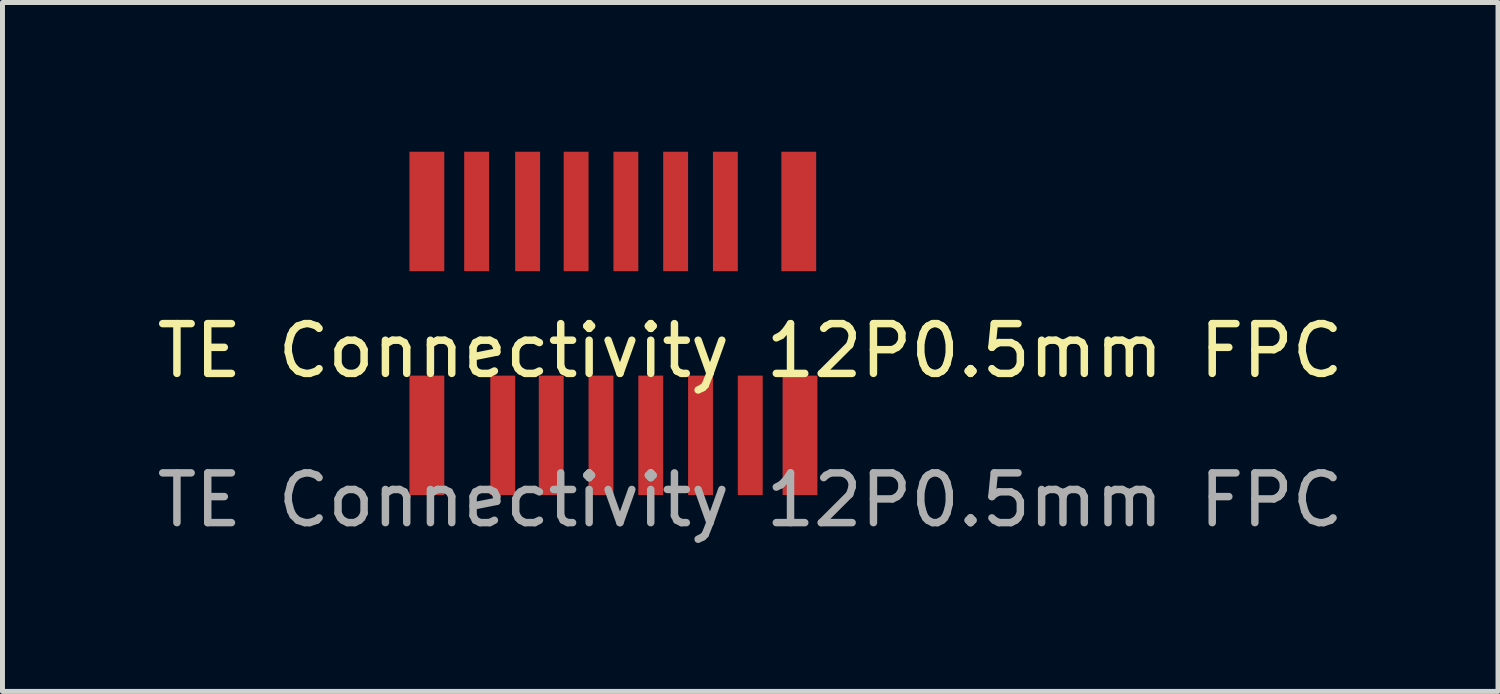
<source format=kicad_pcb>
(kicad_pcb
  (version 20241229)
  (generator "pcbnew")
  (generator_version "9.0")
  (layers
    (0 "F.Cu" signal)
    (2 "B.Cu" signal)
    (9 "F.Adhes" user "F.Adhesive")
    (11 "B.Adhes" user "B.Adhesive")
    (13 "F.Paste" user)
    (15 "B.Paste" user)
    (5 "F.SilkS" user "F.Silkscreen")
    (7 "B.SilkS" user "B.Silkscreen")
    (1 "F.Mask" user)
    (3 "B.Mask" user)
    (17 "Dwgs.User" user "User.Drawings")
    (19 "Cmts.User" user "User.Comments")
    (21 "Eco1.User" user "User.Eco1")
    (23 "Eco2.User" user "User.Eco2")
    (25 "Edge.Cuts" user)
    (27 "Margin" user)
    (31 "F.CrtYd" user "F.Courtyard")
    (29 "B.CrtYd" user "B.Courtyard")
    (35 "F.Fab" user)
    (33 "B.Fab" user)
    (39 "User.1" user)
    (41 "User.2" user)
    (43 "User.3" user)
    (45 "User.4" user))
  (footprint "TE Connectivity 12P0.5mm FPC"
    (layer "F.Cu")
    (at 12.03 4.5)
    (property "Reference" "TE Connectivity 12P0.5mm FPC" (at 0 -0.5 0) (unlocked yes) (layer "F.SilkS") (effects (font (size 1 1) (thickness 0.15))))
    (attr smd)
    (fp_text user "${REFERENCE}" (at 0 2.5 0) (unlocked yes) (layer "F.Fab") (effects (font (size 1 1) (thickness 0.15))))
    (pad "" smd rect (at -6.5 -3.3) (size 0.7 2.4) (layers "F.Cu" "F.Mask" "F.Paste"))
    (pad "" smd rect (at -6.5 1.2) (size 0.7 2.4) (layers "F.Cu" "F.Mask" "F.Paste"))
    (pad "" smd rect (at 0.975 -3.3) (size 0.7 2.4) (layers "F.Cu" "F.Mask" "F.Paste"))
    (pad "" smd rect (at 1 1.2) (size 0.7 2.4) (layers "F.Cu" "F.Mask" "F.Paste"))
    (pad "1" smd rect (at 0 1.2) (size 0.5 2.4) (layers "F.Cu" "F.Mask" "F.Paste"))
    (pad "2" smd rect (at -0.5 -3.3) (size 0.5 2.4) (layers "F.Cu" "F.Mask" "F.Paste"))
    (pad "3" smd rect (at -1 1.2) (size 0.5 2.4) (layers "F.Cu" "F.Mask" "F.Paste"))
    (pad "4" smd rect (at -1.5 -3.3) (size 0.5 2.4) (layers "F.Cu" "F.Mask" "F.Paste"))
    (pad "5" smd rect (at -2 1.2) (size 0.5 2.4) (layers "F.Cu" "F.Mask" "F.Paste"))
    (pad "6" smd rect (at -2.5 -3.3) (size 0.5 2.4) (layers "F.Cu" "F.Mask" "F.Paste"))
    (pad "7" smd rect (at -3 1.2) (size 0.5 2.4) (layers "F.Cu" "F.Mask" "F.Paste"))
    (pad "8" smd rect (at -3.5 -3.3) (size 0.5 2.4) (layers "F.Cu" "F.Mask" "F.Paste"))
    (pad "9" smd rect (at -4 1.2) (size 0.5 2.4) (layers "F.Cu" "F.Mask" "F.Paste"))
    (pad "10" smd rect (at -4.475 -3.3) (size 0.5 2.4) (layers "F.Cu" "F.Mask" "F.Paste"))
    (pad "11" smd rect (at -4.975 1.2) (size 0.5 2.4) (layers "F.Cu" "F.Mask" "F.Paste"))
    (pad "12" smd rect (at -5.5 -3.3) (size 0.5 2.4) (layers "F.Cu" "F.Mask" "F.Paste")))
  (gr_rect
    (start -3 -3)
    (end 27.06 10.848)
    (stroke (width 0.1) (type default))
    (fill no)
    (layer "Edge.Cuts")))
</source>
